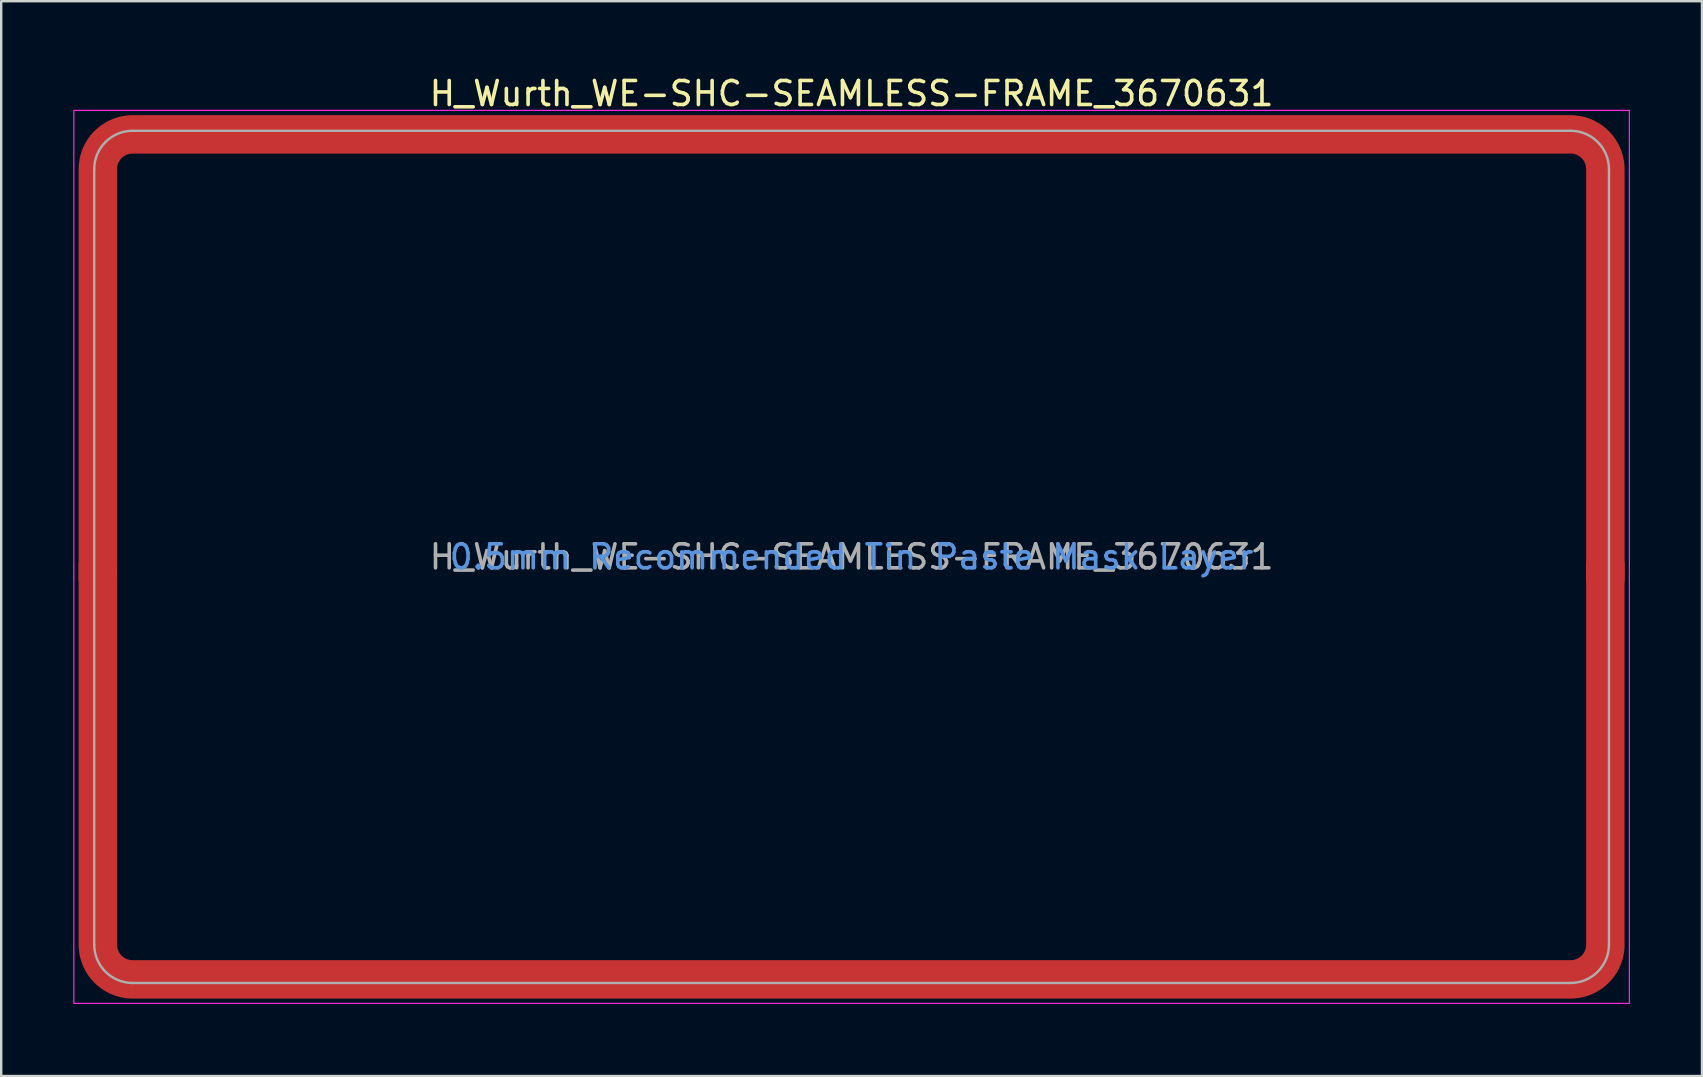
<source format=kicad_pcb>
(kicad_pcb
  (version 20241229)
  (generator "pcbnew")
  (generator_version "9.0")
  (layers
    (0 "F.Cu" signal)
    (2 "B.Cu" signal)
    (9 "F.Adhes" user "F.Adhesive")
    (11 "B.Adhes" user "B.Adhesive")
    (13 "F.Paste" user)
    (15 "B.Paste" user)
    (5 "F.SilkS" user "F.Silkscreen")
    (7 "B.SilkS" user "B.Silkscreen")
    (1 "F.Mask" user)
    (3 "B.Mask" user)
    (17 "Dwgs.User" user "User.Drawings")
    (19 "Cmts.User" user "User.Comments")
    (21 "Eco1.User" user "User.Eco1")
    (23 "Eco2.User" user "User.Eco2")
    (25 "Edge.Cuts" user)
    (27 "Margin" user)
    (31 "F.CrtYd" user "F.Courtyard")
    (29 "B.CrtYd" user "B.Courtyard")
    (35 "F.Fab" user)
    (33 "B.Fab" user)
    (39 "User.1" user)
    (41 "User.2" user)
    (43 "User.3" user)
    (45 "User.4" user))
  (footprint "H_Wurth_WE-SHC-SEAMLESS-FRAME_3670631"
    (layer "F.Cu")
    (at 32.425 20.148)
    (property "Reference" "H_Wurth_WE-SHC-SEAMLESS-FRAME_3670631" (at 0 -19.3 0) (unlocked yes) (layer "F.SilkS") (effects (font (size 1 1) (thickness 0.15))))
    (attr smd)
    (fp_poly (pts (xy 30.65 0.25) (xy 32.15 0.25) (xy 32.15 16.15) (xy 32.147 16.265) (xy 32.138 16.38) (xy 32.123 16.494) (xy 32.102 16.607) (xy 32.075 16.719) (xy 32.042 16.83) (xy 32.004 16.938) (xy 31.96 17.045) (xy 31.91 17.149) (xy 31.855 17.25) (xy 31.795 17.348) (xy 31.73 17.443) (xy 31.66 17.535) (xy 31.585 17.622) (xy 31.506 17.706) (xy 31.422 17.785) (xy 31.335 17.86) (xy 31.243 17.93) (xy 31.148 17.995) (xy 31.05 18.055) (xy 30.949 18.11) (xy 30.845 18.16) (xy 30.738 18.204) (xy 30.63 18.242) (xy 30.519 18.275) (xy 30.407 18.302) (xy 30.294 18.323) (xy 30.18 18.338) (xy 30.065 18.347) (xy 29.95 18.35) (xy -29.95 18.35) (xy -30.065 18.347) (xy -30.18 18.338) (xy -30.294 18.323) (xy -30.407 18.302) (xy -30.519 18.275) (xy -30.63 18.242) (xy -30.738 18.204) (xy -30.845 18.16) (xy -30.949 18.11) (xy -31.05 18.055) (xy -31.148 17.995) (xy -31.243 17.93) (xy -31.335 17.86) (xy -31.422 17.785) (xy -31.506 17.706) (xy -31.585 17.622) (xy -31.66 17.535) (xy -31.73 17.443) (xy -31.795 17.348) (xy -31.855 17.25) (xy -31.91 17.149) (xy -31.96 17.045) (xy -32.004 16.938) (xy -32.042 16.83) (xy -32.075 16.719) (xy -32.102 16.607) (xy -32.123 16.494) (xy -32.138 16.38) (xy -32.147 16.265) (xy -32.15 16.15) (xy -32.15 0.25) (xy -30.65 0.25) (xy -30.65 16.15) (xy -30.649 16.187) (xy -30.646 16.223) (xy -30.641 16.26) (xy -30.635 16.296) (xy -30.626 16.331) (xy -30.616 16.366) (xy -30.604 16.401) (xy -30.589 16.435) (xy -30.574 16.468) (xy -30.556 16.5) (xy -30.537 16.531) (xy -30.516 16.561) (xy -30.494 16.591) (xy -30.47 16.618) (xy -30.445 16.645) (xy -30.418 16.67) (xy -30.391 16.694) (xy -30.361 16.716) (xy -30.331 16.737) (xy -30.3 16.756) (xy -30.268 16.774) (xy -30.235 16.789) (xy -30.201 16.804) (xy -30.166 16.816) (xy -30.131 16.826) (xy -30.096 16.835) (xy -30.06 16.841) (xy -30.023 16.846) (xy -29.987 16.849) (xy -29.95 16.85) (xy 29.95 16.85) (xy 29.987 16.849) (xy 30.023 16.846) (xy 30.06 16.841) (xy 30.096 16.835) (xy 30.131 16.826) (xy 30.166 16.816) (xy 30.201 16.804) (xy 30.235 16.789) (xy 30.268 16.774) (xy 30.3 16.756) (xy 30.331 16.737) (xy 30.361 16.716) (xy 30.391 16.694) (xy 30.418 16.67) (xy 30.445 16.645) (xy 30.47 16.618) (xy 30.494 16.591) (xy 30.516 16.561) (xy 30.537 16.531) (xy 30.556 16.5) (xy 30.574 16.468) (xy 30.589 16.435) (xy 30.604 16.401) (xy 30.616 16.366) (xy 30.626 16.331) (xy 30.635 16.296) (xy 30.641 16.26) (xy 30.646 16.223) (xy 30.649 16.187) (xy 30.65 16.15) (xy 30.65 0.25)) (stroke (width 0.1) (type solid)) (fill yes) (layer "F.Cu"))
    (fp_poly (pts (xy 30.65 0.25) (xy 32.15 0.25) (xy 32.15 16.15) (xy 32.147 16.265) (xy 32.138 16.38) (xy 32.123 16.494) (xy 32.102 16.607) (xy 32.075 16.719) (xy 32.042 16.83) (xy 32.004 16.938) (xy 31.96 17.045) (xy 31.91 17.149) (xy 31.855 17.25) (xy 31.795 17.348) (xy 31.73 17.443) (xy 31.66 17.535) (xy 31.585 17.622) (xy 31.506 17.706) (xy 31.422 17.785) (xy 31.335 17.86) (xy 31.243 17.93) (xy 31.148 17.995) (xy 31.05 18.055) (xy 30.949 18.11) (xy 30.845 18.16) (xy 30.738 18.204) (xy 30.63 18.242) (xy 30.519 18.275) (xy 30.407 18.302) (xy 30.294 18.323) (xy 30.18 18.338) (xy 30.065 18.347) (xy 29.95 18.35) (xy -29.95 18.35) (xy -30.065 18.347) (xy -30.18 18.338) (xy -30.294 18.323) (xy -30.407 18.302) (xy -30.519 18.275) (xy -30.63 18.242) (xy -30.738 18.204) (xy -30.845 18.16) (xy -30.949 18.11) (xy -31.05 18.055) (xy -31.148 17.995) (xy -31.243 17.93) (xy -31.335 17.86) (xy -31.422 17.785) (xy -31.506 17.706) (xy -31.585 17.622) (xy -31.66 17.535) (xy -31.73 17.443) (xy -31.795 17.348) (xy -31.855 17.25) (xy -31.91 17.149) (xy -31.96 17.045) (xy -32.004 16.938) (xy -32.042 16.83) (xy -32.075 16.719) (xy -32.102 16.607) (xy -32.123 16.494) (xy -32.138 16.38) (xy -32.147 16.265) (xy -32.15 16.15) (xy -32.15 0.25) (xy -30.65 0.25) (xy -30.65 16.15) (xy -30.649 16.187) (xy -30.646 16.223) (xy -30.641 16.26) (xy -30.635 16.296) (xy -30.626 16.331) (xy -30.616 16.366) (xy -30.604 16.401) (xy -30.589 16.435) (xy -30.574 16.468) (xy -30.556 16.5) (xy -30.537 16.531) (xy -30.516 16.561) (xy -30.494 16.591) (xy -30.47 16.618) (xy -30.445 16.645) (xy -30.418 16.67) (xy -30.391 16.694) (xy -30.361 16.716) (xy -30.331 16.737) (xy -30.3 16.756) (xy -30.268 16.774) (xy -30.235 16.789) (xy -30.201 16.804) (xy -30.166 16.816) (xy -30.131 16.826) (xy -30.096 16.835) (xy -30.06 16.841) (xy -30.023 16.846) (xy -29.987 16.849) (xy -29.95 16.85) (xy 29.95 16.85) (xy 29.987 16.849) (xy 30.023 16.846) (xy 30.06 16.841) (xy 30.096 16.835) (xy 30.131 16.826) (xy 30.166 16.816) (xy 30.201 16.804) (xy 30.235 16.789) (xy 30.268 16.774) (xy 30.3 16.756) (xy 30.331 16.737) (xy 30.361 16.716) (xy 30.391 16.694) (xy 30.418 16.67) (xy 30.445 16.645) (xy 30.47 16.618) (xy 30.494 16.591) (xy 30.516 16.561) (xy 30.537 16.531) (xy 30.556 16.5) (xy 30.574 16.468) (xy 30.589 16.435) (xy 30.604 16.401) (xy 30.616 16.366) (xy 30.626 16.331) (xy 30.635 16.296) (xy 30.641 16.26) (xy 30.646 16.223) (xy 30.649 16.187) (xy 30.65 16.15) (xy 30.65 0.25)) (stroke (width 0.1) (type solid)) (fill yes) (layer "F.Mask"))
    (fp_poly (pts (xy 30.65 0.25) (xy 32.15 0.25) (xy 32.15 16.15) (xy 32.147 16.265) (xy 32.138 16.38) (xy 32.123 16.494) (xy 32.102 16.607) (xy 32.075 16.719) (xy 32.042 16.83) (xy 32.004 16.938) (xy 31.96 17.045) (xy 31.91 17.149) (xy 31.855 17.25) (xy 31.795 17.348) (xy 31.73 17.443) (xy 31.66 17.535) (xy 31.585 17.622) (xy 31.506 17.706) (xy 31.422 17.785) (xy 31.335 17.86) (xy 31.243 17.93) (xy 31.148 17.995) (xy 31.05 18.055) (xy 30.949 18.11) (xy 30.845 18.16) (xy 30.738 18.204) (xy 30.63 18.242) (xy 30.519 18.275) (xy 30.407 18.302) (xy 30.294 18.323) (xy 30.18 18.338) (xy 30.065 18.347) (xy 29.95 18.35) (xy -29.95 18.35) (xy -30.065 18.347) (xy -30.18 18.338) (xy -30.294 18.323) (xy -30.407 18.302) (xy -30.519 18.275) (xy -30.63 18.242) (xy -30.738 18.204) (xy -30.845 18.16) (xy -30.949 18.11) (xy -31.05 18.055) (xy -31.148 17.995) (xy -31.243 17.93) (xy -31.335 17.86) (xy -31.422 17.785) (xy -31.506 17.706) (xy -31.585 17.622) (xy -31.66 17.535) (xy -31.73 17.443) (xy -31.795 17.348) (xy -31.855 17.25) (xy -31.91 17.149) (xy -31.96 17.045) (xy -32.004 16.938) (xy -32.042 16.83) (xy -32.075 16.719) (xy -32.102 16.607) (xy -32.123 16.494) (xy -32.138 16.38) (xy -32.147 16.265) (xy -32.15 16.15) (xy -32.15 0.25) (xy -30.65 0.25) (xy -30.65 16.15) (xy -30.649 16.187) (xy -30.646 16.223) (xy -30.641 16.26) (xy -30.635 16.296) (xy -30.626 16.331) (xy -30.616 16.366) (xy -30.604 16.401) (xy -30.589 16.435) (xy -30.574 16.468) (xy -30.556 16.5) (xy -30.537 16.531) (xy -30.516 16.561) (xy -30.494 16.591) (xy -30.47 16.618) (xy -30.445 16.645) (xy -30.418 16.67) (xy -30.391 16.694) (xy -30.361 16.716) (xy -30.331 16.737) (xy -30.3 16.756) (xy -30.268 16.774) (xy -30.235 16.789) (xy -30.201 16.804) (xy -30.166 16.816) (xy -30.131 16.826) (xy -30.096 16.835) (xy -30.06 16.841) (xy -30.023 16.846) (xy -29.987 16.849) (xy -29.95 16.85) (xy 29.95 16.85) (xy 29.987 16.849) (xy 30.023 16.846) (xy 30.06 16.841) (xy 30.096 16.835) (xy 30.131 16.826) (xy 30.166 16.816) (xy 30.201 16.804) (xy 30.235 16.789) (xy 30.268 16.774) (xy 30.3 16.756) (xy 30.331 16.737) (xy 30.361 16.716) (xy 30.391 16.694) (xy 30.418 16.67) (xy 30.445 16.645) (xy 30.47 16.618) (xy 30.494 16.591) (xy 30.516 16.561) (xy 30.537 16.531) (xy 30.556 16.5) (xy 30.574 16.468) (xy 30.589 16.435) (xy 30.604 16.401) (xy 30.616 16.366) (xy 30.626 16.331) (xy 30.635 16.296) (xy 30.641 16.26) (xy 30.646 16.223) (xy 30.649 16.187) (xy 30.65 16.15) (xy 30.65 0.25)) (stroke (width 0.1) (type solid)) (fill yes) (layer "F.Paste"))
    (fp_rect (start -32.4 -18.6) (end 32.4 18.6) (stroke (width 0.05) (type solid)) (fill no) (layer "F.CrtYd"))
    (fp_line (start -31.55 16.15) (end -31.55 -16.15) (stroke (width 0.1) (type solid)) (layer "F.Fab"))
    (fp_line (start -29.95 -17.75) (end 29.95 -17.75) (stroke (width 0.1) (type solid)) (layer "F.Fab"))
    (fp_line (start -29.95 17.75) (end 29.95 17.75) (stroke (width 0.1) (type solid)) (layer "F.Fab"))
    (fp_line (start 31.55 16.15) (end 31.55 -16.15) (stroke (width 0.1) (type solid)) (layer "F.Fab"))
    (fp_arc (start -31.55 -16.15) (mid -31.081371 -17.28137) (end -29.95 -17.75) (stroke (width 0.1) (type solid)) (layer "F.Fab"))
    (fp_arc (start -29.95 17.75) (mid -31.08137 17.281371) (end -31.55 16.15) (stroke (width 0.1) (type solid)) (layer "F.Fab"))
    (fp_arc (start 29.95 -17.75) (mid 31.08137 -17.281371) (end 31.55 -16.15) (stroke (width 0.1) (type solid)) (layer "F.Fab"))
    (fp_arc (start 31.55 16.15) (mid 31.081371 17.28137) (end 29.95 17.75) (stroke (width 0.1) (type solid)) (layer "F.Fab"))
    (fp_text user "0.5mm Recommended Tin Paste Mask Layer" (at 0 0 0) (unlocked yes) (layer "Cmts.User") (effects (font (size 1 1) (thickness 0.15))))
    (fp_text user "${REFERENCE}" (at 0 0 0) (unlocked yes) (layer "F.Fab") (effects (font (size 1 1) (thickness 0.15))))
    (pad "1" smd custom (at -31.4 0) (size 1.5 32.3) (layers "F.Cu" "F.Mask" "F.Paste") (options (anchor rect)) (primitives (gr_poly (pts (xy 0.75 1) (xy -0.75 1) (xy -0.75 -16.15) (xy -0.747 -16.265) (xy -0.738 -16.38) (xy -0.723 -16.494) (xy -0.702 -16.607) (xy -0.675 -16.719) (xy -0.642 -16.83) (xy -0.604 -16.938) (xy -0.56 -17.045) (xy -0.51 -17.149) (xy -0.455 -17.25) (xy -0.395 -17.348) (xy -0.33 -17.443) (xy -0.26 -17.535) (xy -0.185 -17.622) (xy -0.106 -17.706) (xy -0.022 -17.785) (xy 0.065 -17.86) (xy 0.157 -17.93) (xy 0.252 -17.995) (xy 0.35 -18.055) (xy 0.451 -18.11) (xy 0.555 -18.16) (xy 0.662 -18.204) (xy 0.77 -18.242) (xy 0.881 -18.275) (xy 0.993 -18.302) (xy 1.106 -18.323) (xy 1.22 -18.338) (xy 1.335 -18.347) (xy 1.45 -18.35) (xy 61.35 -18.35) (xy 61.465 -18.347) (xy 61.58 -18.338) (xy 61.694 -18.323) (xy 61.807 -18.302) (xy 61.919 -18.275) (xy 62.03 -18.242) (xy 62.138 -18.204) (xy 62.245 -18.16) (xy 62.349 -18.11) (xy 62.45 -18.055) (xy 62.548 -17.995) (xy 62.643 -17.93) (xy 62.735 -17.86) (xy 62.822 -17.785) (xy 62.906 -17.706) (xy 62.985 -17.622) (xy 63.06 -17.535) (xy 63.13 -17.443) (xy 63.195 -17.348) (xy 63.255 -17.25) (xy 63.31 -17.149) (xy 63.36 -17.045) (xy 63.404 -16.938) (xy 63.442 -16.83) (xy 63.475 -16.719) (xy 63.502 -16.607) (xy 63.523 -16.494) (xy 63.538 -16.38) (xy 63.547 -16.265) (xy 63.55 -16.15) (xy 63.55 1) (xy 62.05 1) (xy 62.05 -16.15) (xy 62.049 -16.187) (xy 62.046 -16.223) (xy 62.041 -16.26) (xy 62.035 -16.296) (xy 62.026 -16.331) (xy 62.016 -16.366) (xy 62.004 -16.401) (xy 61.989 -16.435) (xy 61.974 -16.468) (xy 61.956 -16.5) (xy 61.937 -16.531) (xy 61.916 -16.561) (xy 61.894 -16.591) (xy 61.87 -16.618) (xy 61.845 -16.645) (xy 61.818 -16.67) (xy 61.791 -16.694) (xy 61.761 -16.716) (xy 61.731 -16.737) (xy 61.7 -16.756) (xy 61.668 -16.774) (xy 61.635 -16.789) (xy 61.601 -16.804) (xy 61.566 -16.816) (xy 61.531 -16.826) (xy 61.496 -16.835) (xy 61.46 -16.841) (xy 61.423 -16.846) (xy 61.387 -16.849) (xy 61.35 -16.85) (xy 1.45 -16.85) (xy 1.413 -16.849) (xy 1.377 -16.846) (xy 1.34 -16.841) (xy 1.304 -16.835) (xy 1.269 -16.826) (xy 1.234 -16.816) (xy 1.199 -16.804) (xy 1.165 -16.789) (xy 1.132 -16.774) (xy 1.1 -16.756) (xy 1.069 -16.737) (xy 1.039 -16.716) (xy 1.009 -16.694) (xy 0.982 -16.67) (xy 0.955 -16.645) (xy 0.93 -16.618) (xy 0.906 -16.591) (xy 0.884 -16.561) (xy 0.863 -16.531) (xy 0.844 -16.5) (xy 0.826 -16.468) (xy 0.811 -16.435) (xy 0.796 -16.401) (xy 0.784 -16.366) (xy 0.774 -16.331) (xy 0.765 -16.296) (xy 0.759 -16.26) (xy 0.754 -16.223) (xy 0.751 -16.187) (xy 0.75 -16.15) (xy 0.75 1)) (width 0.1) (fill yes)))))
  (gr_rect
    (start -3 -3)
    (end 67.85 41.773)
    (stroke (width 0.1) (type default))
    (fill no)
    (layer "Edge.Cuts")))
</source>
